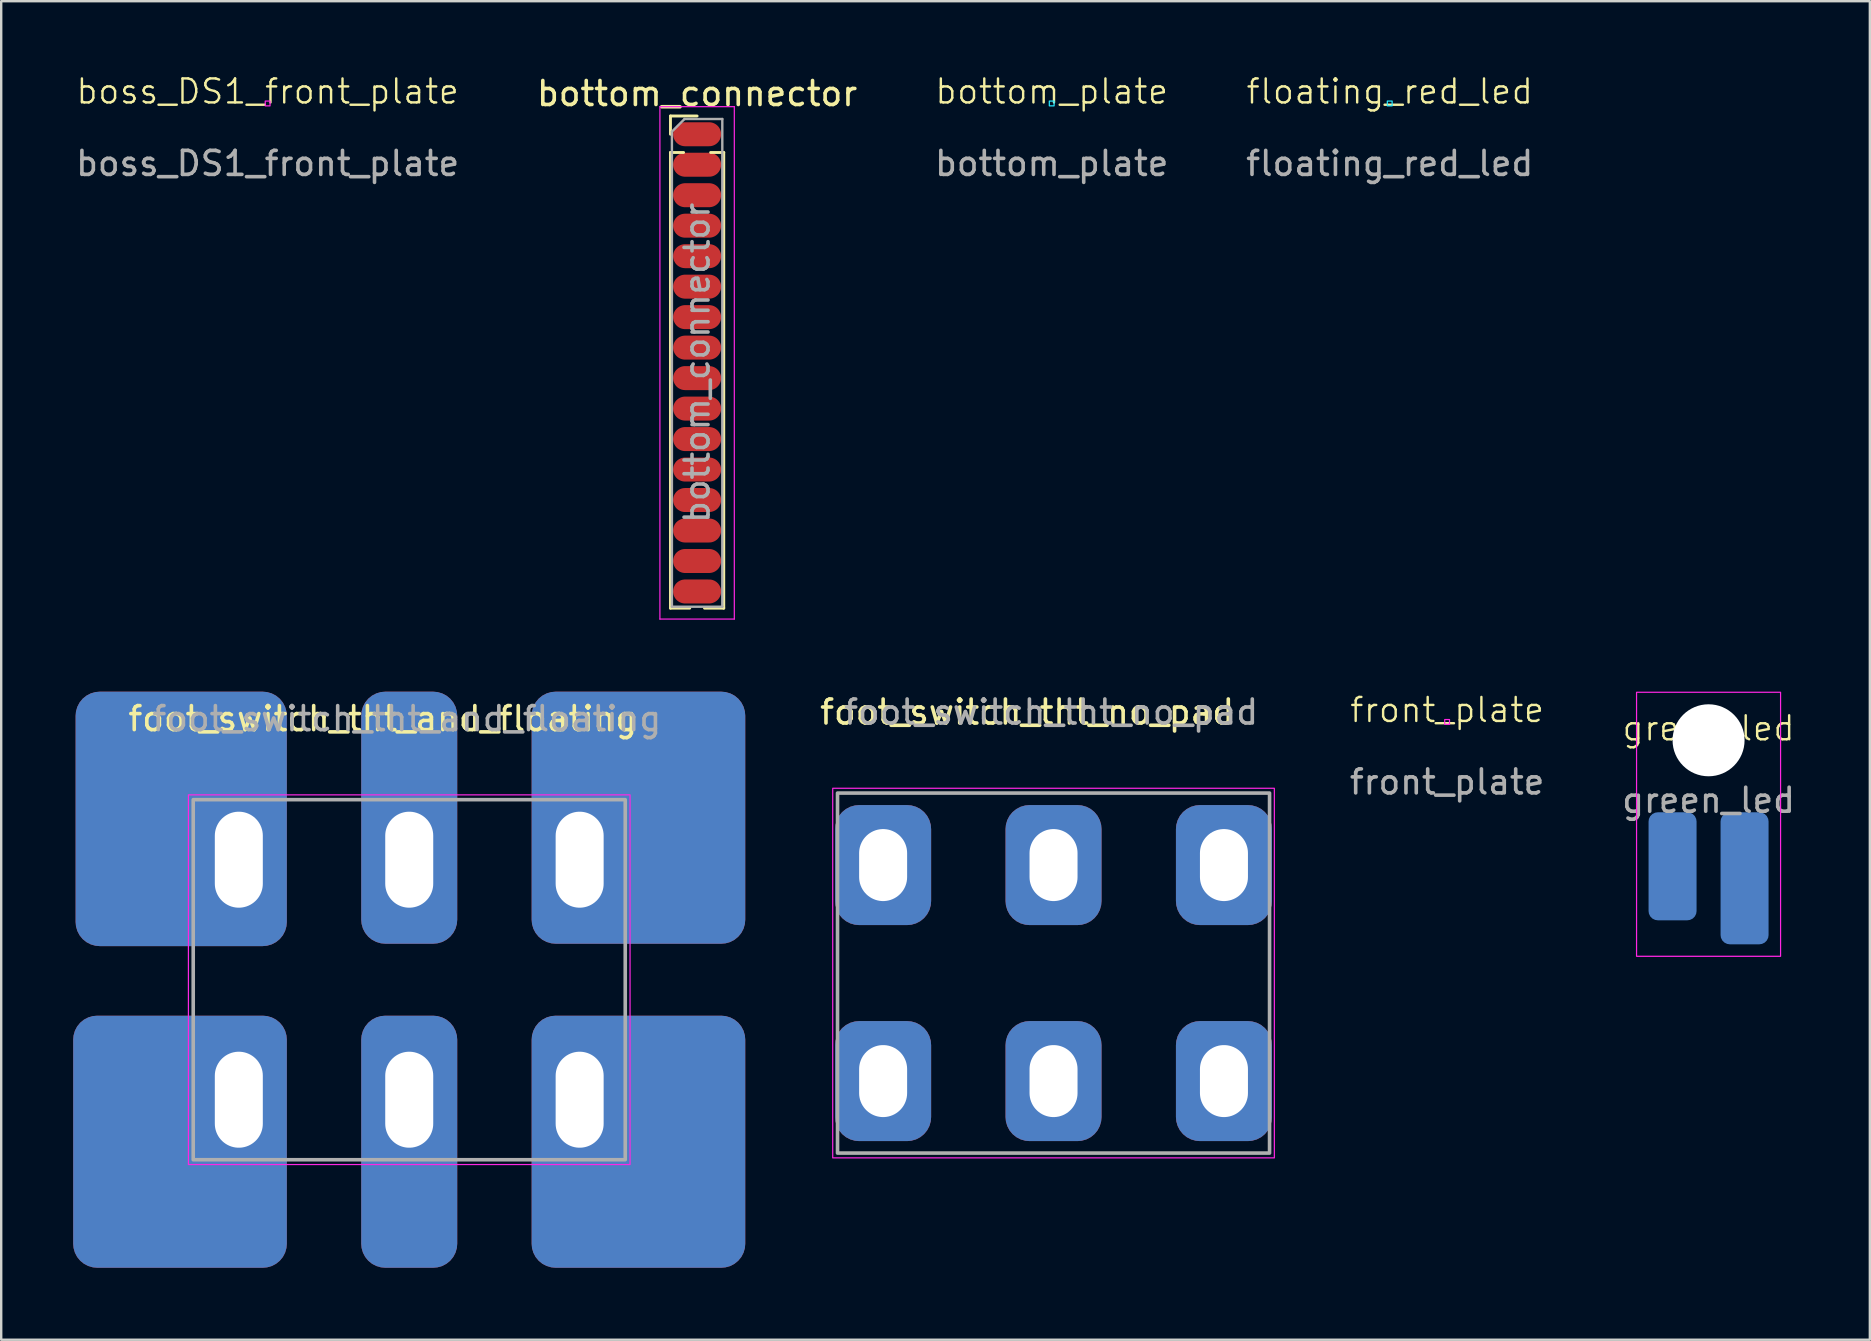
<source format=kicad_pcb>
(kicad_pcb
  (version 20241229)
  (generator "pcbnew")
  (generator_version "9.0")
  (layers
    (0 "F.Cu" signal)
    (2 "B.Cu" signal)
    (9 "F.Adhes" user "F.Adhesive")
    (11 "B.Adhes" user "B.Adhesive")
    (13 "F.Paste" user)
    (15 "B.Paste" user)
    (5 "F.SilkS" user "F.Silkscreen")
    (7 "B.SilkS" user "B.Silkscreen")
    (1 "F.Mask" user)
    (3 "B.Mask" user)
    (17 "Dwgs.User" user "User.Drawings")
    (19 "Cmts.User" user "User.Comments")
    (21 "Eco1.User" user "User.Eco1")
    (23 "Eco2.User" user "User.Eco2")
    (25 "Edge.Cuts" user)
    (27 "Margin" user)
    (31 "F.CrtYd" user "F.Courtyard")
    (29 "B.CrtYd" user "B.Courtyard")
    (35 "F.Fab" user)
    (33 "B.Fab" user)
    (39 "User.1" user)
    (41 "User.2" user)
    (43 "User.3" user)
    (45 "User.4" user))
  (footprint "foot_switch_tht_and_floating"
    (layer "F.Cu")
    (at 14 37.768)
    (property "Reference" "foot_switch_tht_and_floating" (at -1.1 -10.875 0) (layer "F.SilkS") (effects (font (size 1 1) (thickness 0.15))))
    (attr through_hole)
    (fp_rect (start -9.2 -7.7) (end 9.2 7.7) (stroke (width 0.05) (type default)) (fill no) (layer "F.CrtYd"))
    (fp_rect (start -9 -7.5) (end 9 7.5) (stroke (width 0.15) (type default)) (fill no) (layer "F.Fab"))
    (fp_text user "${REFERENCE}" (at -0.1 -10.875 0) (layer "F.Fab") (effects (font (size 1 1) (thickness 0.15))))
    (pad "1" thru_hole roundrect (at -7.1 -5 180) (size 8.8 10.6) (drill oval 2 4 (offset 2.4 1.7)) (layers "*.Cu" "*.Mask") (roundrect_rratio 0.114))
    (pad "2" thru_hole roundrect (at 0 -5) (size 4 10.5) (drill oval 2 4 (offset 0 -1.75)) (layers "*.Cu" "*.Mask") (roundrect_rratio 0.25))
    (pad "3" thru_hole roundrect (at 7.1 -5 180) (size 8.9 10.5) (drill oval 2 4 (offset -2.45 1.75)) (layers "*.Cu" "*.Mask") (roundrect_rratio 0.112))
    (pad "4" thru_hole roundrect (at 7.1 5) (size 8.9 10.5) (drill oval 2 4 (offset 2.45 1.75)) (layers "*.Cu" "*.Mask") (roundrect_rratio 0.112))
    (pad "5" thru_hole roundrect (at 0 5) (size 4 10.5) (drill oval 2 4 (offset 0 1.75)) (layers "*.Cu" "*.Mask") (roundrect_rratio 0.25))
    (pad "6" thru_hole roundrect (at -7.1 5) (size 8.9 10.5) (drill oval 2 4 (offset -2.45 1.75)) (layers "*.Cu" "*.Mask") (roundrect_rratio 0.112)))
  (footprint "front_plate"
    (layer "F.Cu")
    (at 57.242 27.029)
    (property "Reference" "front_plate" (at 0 -0.5 0) (unlocked yes) (layer "F.SilkS") (effects (font (size 1 1) (thickness 0.1))))
    (attr through_hole)
    (fp_rect (start -0.1 -0.1) (end 0.1 0.1) (stroke (width 0.05) (type default)) (fill no) (layer "F.CrtYd"))
    (fp_text user "${REFERENCE}" (at 0 2.5 0) (unlocked yes) (layer "F.Fab") (effects (font (size 1 1) (thickness 0.15)))))
  (footprint "green_led"
    (layer "F.Cu")
    (at 68.135 27.793)
    (property "Reference" "green_led" (at 0 -0.5 0) (unlocked yes) (layer "F.SilkS") (effects (font (size 1 1) (thickness 0.1))))
    (attr through_hole)
    (fp_rect (start -3 -2) (end 3 9) (stroke (width 0.05) (type default)) (fill no) (layer "F.CrtYd"))
    (fp_text user "${REFERENCE}" (at 0 2.5 0) (unlocked yes) (layer "F.Fab") (effects (font (size 1 1) (thickness 0.15))))
    (pad "" np_thru_hole circle (at 0 0) (size 3 3) (drill 3) (layers "*.Cu" "*.Mask"))
    (pad "1" smd roundrect (at -1.5 5.25) (size 2 4.5) (layers "B.Cu" "B.Mask" "B.Paste") (roundrect_rratio 0.192))
    (pad "2" smd roundrect (at 1.5 5.75) (size 2 5.5) (layers "B.Cu" "B.Mask" "B.Paste") (roundrect_rratio 0.192)))
  (footprint "bottom_plate"
    (layer "F.Cu")
    (at 40.768 1.26)
    (property "Reference" "bottom_plate" (at 0 -0.5 0) (unlocked yes) (layer "F.SilkS") (effects (font (size 1 1) (thickness 0.1))))
    (attr through_hole)
    (fp_rect (start -0.1 -0.1) (end 0.1 0.1) (stroke (width 0.05) (type default)) (fill no) (layer "B.CrtYd"))
    (fp_text user "${REFERENCE}" (at 0 2.5 0) (unlocked yes) (layer "F.Fab") (effects (font (size 1 1) (thickness 0.15)))))
  (footprint "floating_red_led"
    (layer "F.Cu")
    (at 54.851 1.26)
    (property "Reference" "floating_red_led" (at 0 -0.5 0) (unlocked yes) (layer "F.SilkS") (effects (font (size 1 1) (thickness 0.1))))
    (attr through_hole)
    (fp_rect (start -0.1 -0.1) (end 0.1 0.1) (stroke (width 0.05) (type default)) (fill no) (layer "B.CrtYd"))
    (fp_text user "${REFERENCE}" (at 0 2.5 0) (unlocked yes) (layer "F.Fab") (effects (font (size 1 1) (thickness 0.15)))))
  (footprint "foot_switch_tht_no_pad"
    (layer "F.Cu")
    (at 40.844 37.492)
    (property "Reference" "foot_switch_tht_no_pad" (at -1.1 -10.875 0) (layer "F.SilkS") (effects (font (size 1 1) (thickness 0.15))))
    (attr through_hole)
    (fp_rect (start -9.2 -7.7) (end 9.2 7.7) (stroke (width 0.05) (type default)) (fill no) (layer "F.CrtYd"))
    (fp_rect (start -9 -7.5) (end 9 7.5) (stroke (width 0.15) (type default)) (fill no) (layer "F.Fab"))
    (fp_text user "${REFERENCE}" (at -0.1 -10.875 0) (layer "F.Fab") (effects (font (size 1 1) (thickness 0.15))))
    (pad "1" thru_hole roundrect (at -7.1 -4.5 180) (size 4 5) (drill oval 2 3) (layers "*.Cu" "*.Mask") (roundrect_rratio 0.25))
    (pad "2" thru_hole roundrect (at 0 -4.5) (size 4 5) (drill oval 2 3) (layers "*.Cu" "*.Mask") (roundrect_rratio 0.25))
    (pad "3" thru_hole roundrect (at 7.1 -4.5 180) (size 4 5) (drill oval 2 3) (layers "*.Cu" "*.Mask") (roundrect_rratio 0.25))
    (pad "4" thru_hole roundrect (at 7.1 4.5) (size 4 5) (drill oval 2 3) (layers "*.Cu" "*.Mask") (roundrect_rratio 0.25))
    (pad "5" thru_hole roundrect (at 0 4.5) (size 4 5) (drill oval 2 3) (layers "*.Cu" "*.Mask") (roundrect_rratio 0.25))
    (pad "6" thru_hole roundrect (at -7.1 4.5) (size 4 5) (drill oval 2 3) (layers "*.Cu" "*.Mask") (roundrect_rratio 0.25)))
  (footprint "bottom_connector"
    (layer "F.Cu")
    (at 25.994 2.543)
    (property "Reference" "bottom_connector" (at 0 -1.695 0) (layer "F.SilkS") (effects (font (size 1 1) (thickness 0.15))))
    (attr through_hole)
    (fp_line (start -1.11 -0.76) (end 0 -0.76) (stroke (width 0.12) (type solid)) (layer "F.SilkS"))
    (fp_line (start -1.11 0) (end -1.11 -0.76) (stroke (width 0.12) (type solid)) (layer "F.SilkS"))
    (fp_line (start -1.11 0.76) (end -1.11 19.745) (stroke (width 0.12) (type solid)) (layer "F.SilkS"))
    (fp_line (start -1.11 0.76) (end -0.563 0.76) (stroke (width 0.12) (type solid)) (layer "F.SilkS"))
    (fp_line (start -1.11 19.745) (end -0.308 19.745) (stroke (width 0.12) (type solid)) (layer "F.SilkS"))
    (fp_line (start 0.308 19.745) (end 1.11 19.745) (stroke (width 0.12) (type solid)) (layer "F.SilkS"))
    (fp_line (start 0.563 0.76) (end 1.11 0.76) (stroke (width 0.12) (type solid)) (layer "F.SilkS"))
    (fp_line (start 1.11 0.76) (end 1.11 19.745) (stroke (width 0.12) (type solid)) (layer "F.SilkS"))
    (fp_line (start -1.55 -1.15) (end -1.55 20.2) (stroke (width 0.05) (type solid)) (layer "F.CrtYd"))
    (fp_line (start -1.55 20.2) (end 1.55 20.2) (stroke (width 0.05) (type solid)) (layer "F.CrtYd"))
    (fp_line (start 1.55 -1.15) (end -1.55 -1.15) (stroke (width 0.05) (type solid)) (layer "F.CrtYd"))
    (fp_line (start 1.55 20.2) (end 1.55 -1.15) (stroke (width 0.05) (type solid)) (layer "F.CrtYd"))
    (fp_line (start -1.05 -0.11) (end -0.525 -0.635) (stroke (width 0.1) (type solid)) (layer "F.Fab"))
    (fp_line (start -1.05 19.685) (end -1.05 -0.11) (stroke (width 0.1) (type solid)) (layer "F.Fab"))
    (fp_line (start -0.525 -0.635) (end 1.05 -0.635) (stroke (width 0.1) (type solid)) (layer "F.Fab"))
    (fp_line (start 1.05 -0.635) (end 1.05 19.685) (stroke (width 0.1) (type solid)) (layer "F.Fab"))
    (fp_line (start 1.05 19.685) (end -1.05 19.685) (stroke (width 0.1) (type solid)) (layer "F.Fab"))
    (fp_text user "${REFERENCE}" (at 0 9.525 90) (layer "F.Fab") (effects (font (size 1 1) (thickness 0.15))))
    (pad "1" smd oval (at 0 0) (size 2 1) (layers "F.Cu" "F.Mask" "F.Paste"))
    (pad "2" smd oval (at 0 1.27) (size 2 1) (layers "F.Cu" "F.Mask" "F.Paste"))
    (pad "3" smd oval (at 0 2.54) (size 2 1) (layers "F.Cu" "F.Mask" "F.Paste"))
    (pad "4" smd oval (at 0 3.81) (size 2 1) (layers "F.Cu" "F.Mask" "F.Paste"))
    (pad "5" smd oval (at 0 5.08) (size 2 1) (layers "F.Cu" "F.Mask" "F.Paste"))
    (pad "6" smd oval (at 0 6.35) (size 2 1) (layers "F.Cu" "F.Mask" "F.Paste"))
    (pad "7" smd oval (at 0 7.62) (size 2 1) (layers "F.Cu" "F.Mask" "F.Paste"))
    (pad "8" smd oval (at 0 8.89) (size 2 1) (layers "F.Cu" "F.Mask" "F.Paste"))
    (pad "9" smd oval (at 0 10.16) (size 2 1) (layers "F.Cu" "F.Mask" "F.Paste"))
    (pad "10" smd oval (at 0 11.43) (size 2 1) (layers "F.Cu" "F.Mask" "F.Paste"))
    (pad "11" smd oval (at 0 12.7) (size 2 1) (layers "F.Cu" "F.Mask" "F.Paste"))
    (pad "12" smd oval (at 0 13.97) (size 2 1) (layers "F.Cu" "F.Mask" "F.Paste"))
    (pad "13" smd oval (at 0 15.24) (size 2 1) (layers "F.Cu" "F.Mask" "F.Paste"))
    (pad "14" smd oval (at 0 16.51) (size 2 1) (layers "F.Cu" "F.Mask" "F.Paste"))
    (pad "15" smd oval (at 0 17.78) (size 2 1) (layers "F.Cu" "F.Mask" "F.Paste"))
    (pad "16" smd oval (at 0 19.05) (size 2 1) (layers "F.Cu" "F.Mask" "F.Paste")))
  (footprint "boss_DS1_front_plate"
    (layer "F.Cu")
    (at 8.101 1.26)
    (property "Reference" "boss_DS1_front_plate" (at 0 -0.5 0) (unlocked yes) (layer "F.SilkS") (effects (font (size 1 1) (thickness 0.1))))
    (attr through_hole)
    (fp_rect (start -0.1 -0.1) (end 0.1 0.1) (stroke (width 0.05) (type default)) (fill no) (layer "F.CrtYd"))
    (fp_text user "${REFERENCE}" (at 0 2.5 0) (unlocked yes) (layer "F.Fab") (effects (font (size 1 1) (thickness 0.15)))))
  (gr_rect
    (start -3 -3)
    (end 74.855 52.768)
    (stroke (width 0.1) (type default))
    (fill no)
    (layer "Edge.Cuts")))
</source>
